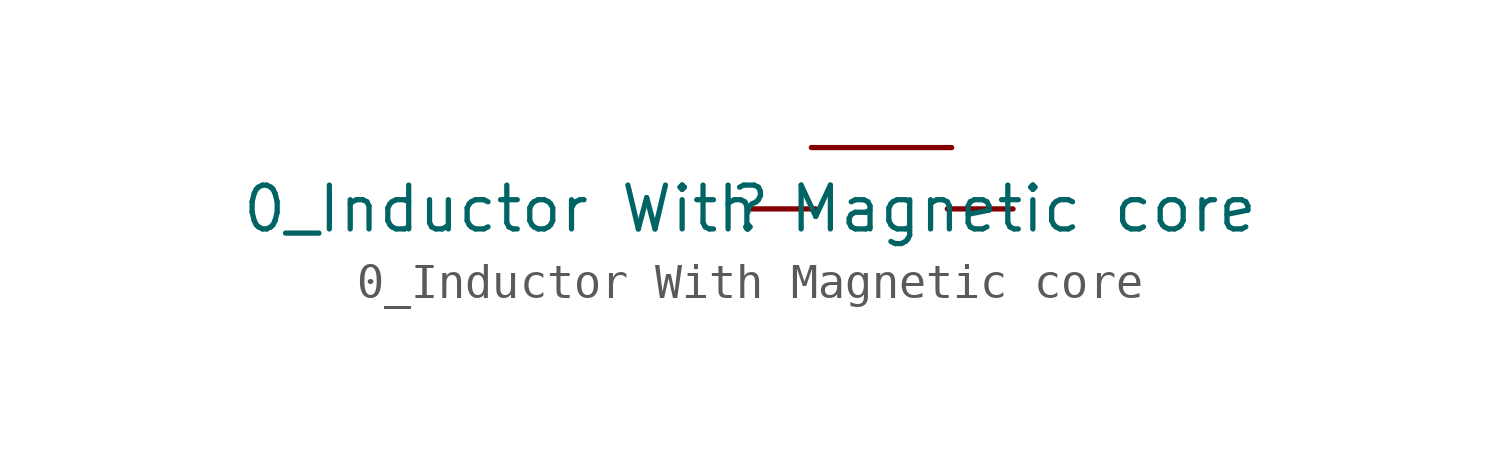
<source format=kicad_sym>
(kicad_symbol_lib
  (version 20220331)
  (generator kicad_symbol_editor)
  (symbol "0_Inductor With Magnetic core"
    (property "Reference" ""
      (at 0 0 0)
      (effects (font (size 1.27 1.27))))
    (property "Value" "0_Inductor With Magnetic core"
      (at 0 0 0)
      (effects (font (size 1.27 1.27))))
    (symbol "0_Inductor With Magnetic core_1_0"
      (polyline (pts (xy 1.778 1.778) (xy 5.842 1.778)) (stroke (width 0) (type solid)) (fill (type none)))
      (pin passive line (at 0 0 0) (length 1.905) (name "1" (effects (font (size 0 0)))) (number "1" (effects (font (size 0 0)))))
      (pin passive line (at 7.62 0 180) (length 1.905) (name "2" (effects (font (size 0 0)))) (number "2" (effects (font (size 0 0))))))))
</source>
